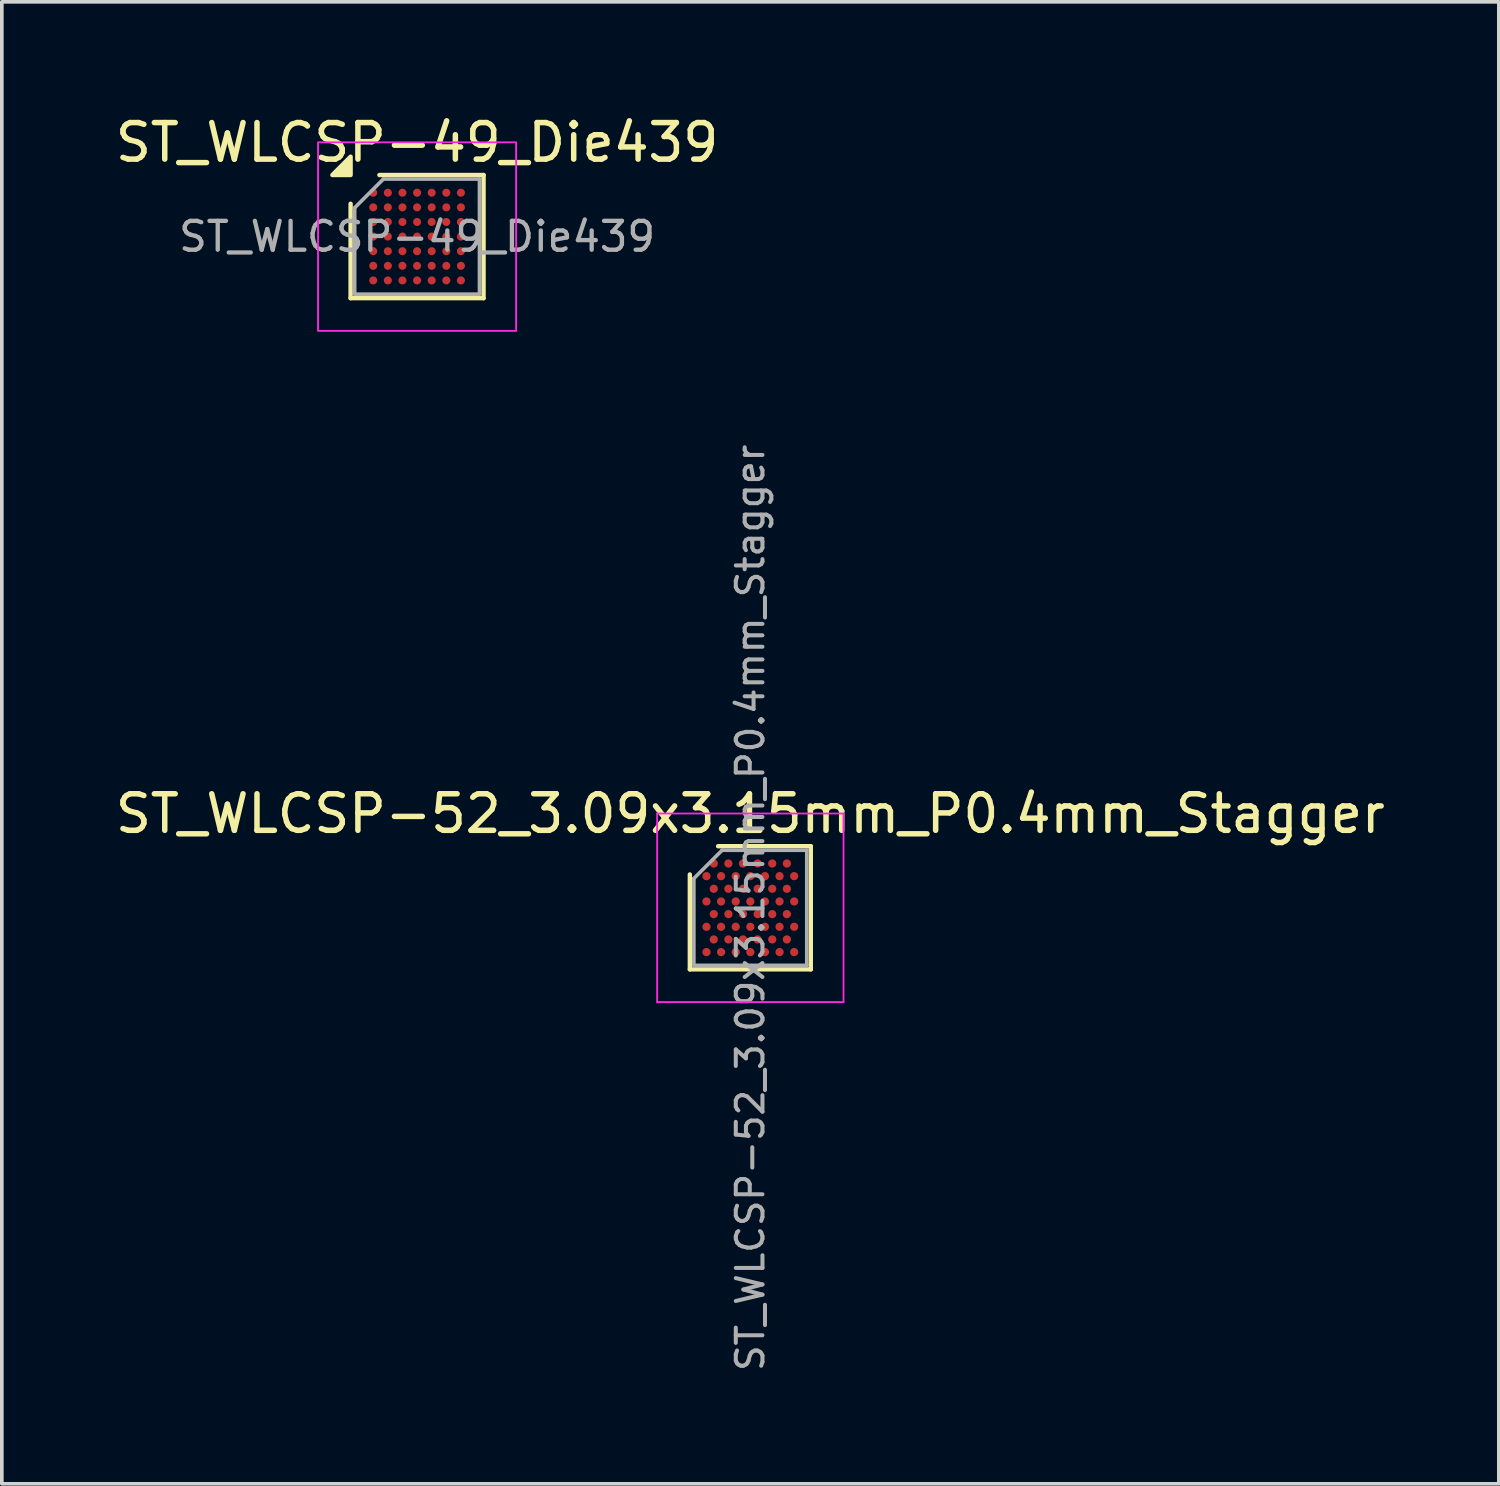
<source format=kicad_pcb>
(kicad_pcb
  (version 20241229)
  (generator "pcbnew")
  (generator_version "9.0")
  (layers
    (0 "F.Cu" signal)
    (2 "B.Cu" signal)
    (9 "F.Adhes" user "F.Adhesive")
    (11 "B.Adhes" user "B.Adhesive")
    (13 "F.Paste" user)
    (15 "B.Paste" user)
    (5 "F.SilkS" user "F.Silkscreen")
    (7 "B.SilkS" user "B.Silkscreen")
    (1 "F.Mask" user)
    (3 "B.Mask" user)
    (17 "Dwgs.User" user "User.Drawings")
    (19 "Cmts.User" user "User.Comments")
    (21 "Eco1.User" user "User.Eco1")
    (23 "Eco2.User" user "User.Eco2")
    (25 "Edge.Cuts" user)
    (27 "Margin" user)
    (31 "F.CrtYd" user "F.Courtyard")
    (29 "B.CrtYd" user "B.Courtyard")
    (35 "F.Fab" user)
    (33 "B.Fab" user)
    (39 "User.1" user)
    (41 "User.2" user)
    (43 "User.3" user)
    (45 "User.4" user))
  (footprint "ST_WLCSP-49_Die439"
    (layer "F.Cu")
    (at 8.363 3.424)
    (property "Reference" "ST_WLCSP-49_Die439" (at 0 -2.575 0) (layer "F.SilkS") (effects (font (size 1 1) (thickness 0.15))))
    (attr smd)
    (fp_line (start -1.819 1.685) (end -1.819 -0.898) (stroke (width 0.12) (type solid)) (layer "F.SilkS"))
    (fp_line (start -1.031 -1.685) (end 1.819 -1.685) (stroke (width 0.12) (type solid)) (layer "F.SilkS"))
    (fp_line (start 1.819 -1.685) (end 1.819 1.685) (stroke (width 0.12) (type solid)) (layer "F.SilkS"))
    (fp_line (start 1.819 1.685) (end -1.819 1.685) (stroke (width 0.12) (type solid)) (layer "F.SilkS"))
    (fp_poly (pts (xy -1.819 -1.685) (xy -2.318 -1.685) (xy -1.819 -2.186)) (stroke (width 0.12) (type solid)) (fill yes) (layer "F.SilkS"))
    (fp_rect (start -2.71 -2.58) (end 2.71 2.58) (stroke (width 0.05) (type solid)) (fill no) (layer "F.CrtYd"))
    (fp_line (start -1.708 -0.788) (end -0.921 -1.575) (stroke (width 0.1) (type solid)) (layer "F.Fab"))
    (fp_line (start -1.708 1.575) (end -1.708 -0.788) (stroke (width 0.1) (type solid)) (layer "F.Fab"))
    (fp_line (start -0.921 -1.575) (end 1.708 -1.575) (stroke (width 0.1) (type solid)) (layer "F.Fab"))
    (fp_line (start 1.708 -1.575) (end 1.708 1.575) (stroke (width 0.1) (type solid)) (layer "F.Fab"))
    (fp_line (start 1.708 1.575) (end -1.708 1.575) (stroke (width 0.1) (type solid)) (layer "F.Fab"))
    (fp_text user "${REFERENCE}" (at 0 0 0) (layer "F.Fab") (effects (font (size 0.79 0.79) (thickness 0.118))))
    (pad "A1" smd circle (at -1.2 -1.2) (size 0.22 0.22) (property pad_prop_bga) (layers "F.Cu" "F.Mask" "F.Paste"))
    (pad "A2" smd circle (at -0.8 -1.2) (size 0.22 0.22) (property pad_prop_bga) (layers "F.Cu" "F.Mask" "F.Paste"))
    (pad "A3" smd circle (at -0.4 -1.2) (size 0.22 0.22) (property pad_prop_bga) (layers "F.Cu" "F.Mask" "F.Paste"))
    (pad "A4" smd circle (at 0 -1.2) (size 0.22 0.22) (property pad_prop_bga) (layers "F.Cu" "F.Mask" "F.Paste"))
    (pad "A5" smd circle (at 0.4 -1.2) (size 0.22 0.22) (property pad_prop_bga) (layers "F.Cu" "F.Mask" "F.Paste"))
    (pad "A6" smd circle (at 0.8 -1.2) (size 0.22 0.22) (property pad_prop_bga) (layers "F.Cu" "F.Mask" "F.Paste"))
    (pad "A7" smd circle (at 1.2 -1.2) (size 0.22 0.22) (property pad_prop_bga) (layers "F.Cu" "F.Mask" "F.Paste"))
    (pad "B1" smd circle (at -1.2 -0.8) (size 0.22 0.22) (property pad_prop_bga) (layers "F.Cu" "F.Mask" "F.Paste"))
    (pad "B2" smd circle (at -0.8 -0.8) (size 0.22 0.22) (property pad_prop_bga) (layers "F.Cu" "F.Mask" "F.Paste"))
    (pad "B3" smd circle (at -0.4 -0.8) (size 0.22 0.22) (property pad_prop_bga) (layers "F.Cu" "F.Mask" "F.Paste"))
    (pad "B4" smd circle (at 0 -0.8) (size 0.22 0.22) (property pad_prop_bga) (layers "F.Cu" "F.Mask" "F.Paste"))
    (pad "B5" smd circle (at 0.4 -0.8) (size 0.22 0.22) (property pad_prop_bga) (layers "F.Cu" "F.Mask" "F.Paste"))
    (pad "B6" smd circle (at 0.8 -0.8) (size 0.22 0.22) (property pad_prop_bga) (layers "F.Cu" "F.Mask" "F.Paste"))
    (pad "B7" smd circle (at 1.2 -0.8) (size 0.22 0.22) (property pad_prop_bga) (layers "F.Cu" "F.Mask" "F.Paste"))
    (pad "C1" smd circle (at -1.2 -0.4) (size 0.22 0.22) (property pad_prop_bga) (layers "F.Cu" "F.Mask" "F.Paste"))
    (pad "C2" smd circle (at -0.8 -0.4) (size 0.22 0.22) (property pad_prop_bga) (layers "F.Cu" "F.Mask" "F.Paste"))
    (pad "C3" smd circle (at -0.4 -0.4) (size 0.22 0.22) (property pad_prop_bga) (layers "F.Cu" "F.Mask" "F.Paste"))
    (pad "C4" smd circle (at 0 -0.4) (size 0.22 0.22) (property pad_prop_bga) (layers "F.Cu" "F.Mask" "F.Paste"))
    (pad "C5" smd circle (at 0.4 -0.4) (size 0.22 0.22) (property pad_prop_bga) (layers "F.Cu" "F.Mask" "F.Paste"))
    (pad "C6" smd circle (at 0.8 -0.4) (size 0.22 0.22) (property pad_prop_bga) (layers "F.Cu" "F.Mask" "F.Paste"))
    (pad "C7" smd circle (at 1.2 -0.4) (size 0.22 0.22) (property pad_prop_bga) (layers "F.Cu" "F.Mask" "F.Paste"))
    (pad "D1" smd circle (at -1.2 0) (size 0.22 0.22) (property pad_prop_bga) (layers "F.Cu" "F.Mask" "F.Paste"))
    (pad "D2" smd circle (at -0.8 0) (size 0.22 0.22) (property pad_prop_bga) (layers "F.Cu" "F.Mask" "F.Paste"))
    (pad "D3" smd circle (at -0.4 0) (size 0.22 0.22) (property pad_prop_bga) (layers "F.Cu" "F.Mask" "F.Paste"))
    (pad "D4" smd circle (at 0 0) (size 0.22 0.22) (property pad_prop_bga) (layers "F.Cu" "F.Mask" "F.Paste"))
    (pad "D5" smd circle (at 0.4 0) (size 0.22 0.22) (property pad_prop_bga) (layers "F.Cu" "F.Mask" "F.Paste"))
    (pad "D6" smd circle (at 0.8 0) (size 0.22 0.22) (property pad_prop_bga) (layers "F.Cu" "F.Mask" "F.Paste"))
    (pad "D7" smd circle (at 1.2 0) (size 0.22 0.22) (property pad_prop_bga) (layers "F.Cu" "F.Mask" "F.Paste"))
    (pad "E1" smd circle (at -1.2 0.4) (size 0.22 0.22) (property pad_prop_bga) (layers "F.Cu" "F.Mask" "F.Paste"))
    (pad "E2" smd circle (at -0.8 0.4) (size 0.22 0.22) (property pad_prop_bga) (layers "F.Cu" "F.Mask" "F.Paste"))
    (pad "E3" smd circle (at -0.4 0.4) (size 0.22 0.22) (property pad_prop_bga) (layers "F.Cu" "F.Mask" "F.Paste"))
    (pad "E4" smd circle (at 0 0.4) (size 0.22 0.22) (property pad_prop_bga) (layers "F.Cu" "F.Mask" "F.Paste"))
    (pad "E5" smd circle (at 0.4 0.4) (size 0.22 0.22) (property pad_prop_bga) (layers "F.Cu" "F.Mask" "F.Paste"))
    (pad "E6" smd circle (at 0.8 0.4) (size 0.22 0.22) (property pad_prop_bga) (layers "F.Cu" "F.Mask" "F.Paste"))
    (pad "E7" smd circle (at 1.2 0.4) (size 0.22 0.22) (property pad_prop_bga) (layers "F.Cu" "F.Mask" "F.Paste"))
    (pad "F1" smd circle (at -1.2 0.8) (size 0.22 0.22) (property pad_prop_bga) (layers "F.Cu" "F.Mask" "F.Paste"))
    (pad "F2" smd circle (at -0.8 0.8) (size 0.22 0.22) (property pad_prop_bga) (layers "F.Cu" "F.Mask" "F.Paste"))
    (pad "F3" smd circle (at -0.4 0.8) (size 0.22 0.22) (property pad_prop_bga) (layers "F.Cu" "F.Mask" "F.Paste"))
    (pad "F4" smd circle (at 0 0.8) (size 0.22 0.22) (property pad_prop_bga) (layers "F.Cu" "F.Mask" "F.Paste"))
    (pad "F5" smd circle (at 0.4 0.8) (size 0.22 0.22) (property pad_prop_bga) (layers "F.Cu" "F.Mask" "F.Paste"))
    (pad "F6" smd circle (at 0.8 0.8) (size 0.22 0.22) (property pad_prop_bga) (layers "F.Cu" "F.Mask" "F.Paste"))
    (pad "F7" smd circle (at 1.2 0.8) (size 0.22 0.22) (property pad_prop_bga) (layers "F.Cu" "F.Mask" "F.Paste"))
    (pad "G1" smd circle (at -1.2 1.2) (size 0.22 0.22) (property pad_prop_bga) (layers "F.Cu" "F.Mask" "F.Paste"))
    (pad "G2" smd circle (at -0.8 1.2) (size 0.22 0.22) (property pad_prop_bga) (layers "F.Cu" "F.Mask" "F.Paste"))
    (pad "G3" smd circle (at -0.4 1.2) (size 0.22 0.22) (property pad_prop_bga) (layers "F.Cu" "F.Mask" "F.Paste"))
    (pad "G4" smd circle (at 0 1.2) (size 0.22 0.22) (property pad_prop_bga) (layers "F.Cu" "F.Mask" "F.Paste"))
    (pad "G5" smd circle (at 0.4 1.2) (size 0.22 0.22) (property pad_prop_bga) (layers "F.Cu" "F.Mask" "F.Paste"))
    (pad "G6" smd circle (at 0.8 1.2) (size 0.22 0.22) (property pad_prop_bga) (layers "F.Cu" "F.Mask" "F.Paste"))
    (pad "G7" smd circle (at 1.2 1.2) (size 0.22 0.22) (property pad_prop_bga) (layers "F.Cu" "F.Mask" "F.Paste")))
  (footprint "ST_WLCSP-52_3.09x3.15mm_P0.4mm_Stagger"
    (layer "F.Cu")
    (at 17.482 21.791)
    (property "Reference" "ST_WLCSP-52_3.09x3.15mm_P0.4mm_Stagger" (at 0 -2.575 0) (layer "F.SilkS") (effects (font (size 1 1) (thickness 0.15))))
    (attr smd)
    (fp_line (start -1.655 1.685) (end -1.655 -0.912) (stroke (width 0.12) (type solid)) (layer "F.SilkS"))
    (fp_line (start -0.882 -1.685) (end 1.655 -1.685) (stroke (width 0.12) (type solid)) (layer "F.SilkS"))
    (fp_line (start 1.655 -1.685) (end 1.655 1.685) (stroke (width 0.12) (type solid)) (layer "F.SilkS"))
    (fp_line (start 1.655 1.685) (end -1.655 1.685) (stroke (width 0.12) (type solid)) (layer "F.SilkS"))
    (fp_line (start -2.55 -2.58) (end -2.55 2.58) (stroke (width 0.05) (type solid)) (layer "F.CrtYd"))
    (fp_line (start -2.55 2.58) (end 2.55 2.58) (stroke (width 0.05) (type solid)) (layer "F.CrtYd"))
    (fp_line (start 2.55 -2.58) (end -2.55 -2.58) (stroke (width 0.05) (type solid)) (layer "F.CrtYd"))
    (fp_line (start 2.55 2.58) (end 2.55 -2.58) (stroke (width 0.05) (type solid)) (layer "F.CrtYd"))
    (fp_line (start -1.545 -0.802) (end -0.772 -1.575) (stroke (width 0.1) (type solid)) (layer "F.Fab"))
    (fp_line (start -1.545 1.575) (end -1.545 -0.802) (stroke (width 0.1) (type solid)) (layer "F.Fab"))
    (fp_line (start -0.772 -1.575) (end 1.545 -1.575) (stroke (width 0.1) (type solid)) (layer "F.Fab"))
    (fp_line (start 1.545 -1.575) (end 1.545 1.575) (stroke (width 0.1) (type solid)) (layer "F.Fab"))
    (fp_line (start 1.545 1.575) (end -1.545 1.575) (stroke (width 0.1) (type solid)) (layer "F.Fab"))
    (fp_text user "${REFERENCE}" (at 0 0 270) (layer "F.Fab") (effects (font (size 0.73 0.73) (thickness 0.11))))
    (pad "A2" smd circle (at -1 -1.212) (size 0.225 0.225) (layers "F.Cu" "F.Mask" "F.Paste"))
    (pad "A4" smd circle (at -0.6 -1.212) (size 0.225 0.225) (layers "F.Cu" "F.Mask" "F.Paste"))
    (pad "A6" smd circle (at -0.2 -1.212) (size 0.225 0.225) (layers "F.Cu" "F.Mask" "F.Paste"))
    (pad "A8" smd circle (at 0.2 -1.212) (size 0.225 0.225) (layers "F.Cu" "F.Mask" "F.Paste"))
    (pad "A10" smd circle (at 0.6 -1.212) (size 0.225 0.225) (layers "F.Cu" "F.Mask" "F.Paste"))
    (pad "A12" smd circle (at 1 -1.212) (size 0.225 0.225) (layers "F.Cu" "F.Mask" "F.Paste"))
    (pad "B1" smd circle (at -1.2 -0.866) (size 0.225 0.225) (layers "F.Cu" "F.Mask" "F.Paste"))
    (pad "B3" smd circle (at -0.8 -0.866) (size 0.225 0.225) (layers "F.Cu" "F.Mask" "F.Paste"))
    (pad "B5" smd circle (at -0.4 -0.866) (size 0.225 0.225) (layers "F.Cu" "F.Mask" "F.Paste"))
    (pad "B7" smd circle (at 0 -0.866) (size 0.225 0.225) (layers "F.Cu" "F.Mask" "F.Paste"))
    (pad "B9" smd circle (at 0.4 -0.866) (size 0.225 0.225) (layers "F.Cu" "F.Mask" "F.Paste"))
    (pad "B11" smd circle (at 0.8 -0.866) (size 0.225 0.225) (layers "F.Cu" "F.Mask" "F.Paste"))
    (pad "B13" smd circle (at 1.2 -0.866) (size 0.225 0.225) (layers "F.Cu" "F.Mask" "F.Paste"))
    (pad "C2" smd circle (at -1 -0.52) (size 0.225 0.225) (layers "F.Cu" "F.Mask" "F.Paste"))
    (pad "C4" smd circle (at -0.6 -0.52) (size 0.225 0.225) (layers "F.Cu" "F.Mask" "F.Paste"))
    (pad "C6" smd circle (at -0.2 -0.52) (size 0.225 0.225) (layers "F.Cu" "F.Mask" "F.Paste"))
    (pad "C8" smd circle (at 0.2 -0.52) (size 0.225 0.225) (layers "F.Cu" "F.Mask" "F.Paste"))
    (pad "C10" smd circle (at 0.6 -0.52) (size 0.225 0.225) (layers "F.Cu" "F.Mask" "F.Paste"))
    (pad "C12" smd circle (at 1 -0.52) (size 0.225 0.225) (layers "F.Cu" "F.Mask" "F.Paste"))
    (pad "D1" smd circle (at -1.2 -0.173) (size 0.225 0.225) (layers "F.Cu" "F.Mask" "F.Paste"))
    (pad "D3" smd circle (at -0.8 -0.173) (size 0.225 0.225) (layers "F.Cu" "F.Mask" "F.Paste"))
    (pad "D5" smd circle (at -0.4 -0.173) (size 0.225 0.225) (layers "F.Cu" "F.Mask" "F.Paste"))
    (pad "D7" smd circle (at 0 -0.173) (size 0.225 0.225) (layers "F.Cu" "F.Mask" "F.Paste"))
    (pad "D9" smd circle (at 0.4 -0.173) (size 0.225 0.225) (layers "F.Cu" "F.Mask" "F.Paste"))
    (pad "D11" smd circle (at 0.8 -0.173) (size 0.225 0.225) (layers "F.Cu" "F.Mask" "F.Paste"))
    (pad "D13" smd circle (at 1.2 -0.173) (size 0.225 0.225) (layers "F.Cu" "F.Mask" "F.Paste"))
    (pad "E2" smd circle (at -1 0.173) (size 0.225 0.225) (layers "F.Cu" "F.Mask" "F.Paste"))
    (pad "E4" smd circle (at -0.6 0.173) (size 0.225 0.225) (layers "F.Cu" "F.Mask" "F.Paste"))
    (pad "E6" smd circle (at -0.2 0.173) (size 0.225 0.225) (layers "F.Cu" "F.Mask" "F.Paste"))
    (pad "E8" smd circle (at 0.2 0.173) (size 0.225 0.225) (layers "F.Cu" "F.Mask" "F.Paste"))
    (pad "E10" smd circle (at 0.6 0.173) (size 0.225 0.225) (layers "F.Cu" "F.Mask" "F.Paste"))
    (pad "E12" smd circle (at 1 0.173) (size 0.225 0.225) (layers "F.Cu" "F.Mask" "F.Paste"))
    (pad "F1" smd circle (at -1.2 0.52) (size 0.225 0.225) (layers "F.Cu" "F.Mask" "F.Paste"))
    (pad "F3" smd circle (at -0.8 0.52) (size 0.225 0.225) (layers "F.Cu" "F.Mask" "F.Paste"))
    (pad "F5" smd circle (at -0.4 0.52) (size 0.225 0.225) (layers "F.Cu" "F.Mask" "F.Paste"))
    (pad "F7" smd circle (at 0 0.52) (size 0.225 0.225) (layers "F.Cu" "F.Mask" "F.Paste"))
    (pad "F9" smd circle (at 0.4 0.52) (size 0.225 0.225) (layers "F.Cu" "F.Mask" "F.Paste"))
    (pad "F11" smd circle (at 0.8 0.52) (size 0.225 0.225) (layers "F.Cu" "F.Mask" "F.Paste"))
    (pad "F13" smd circle (at 1.2 0.52) (size 0.225 0.225) (layers "F.Cu" "F.Mask" "F.Paste"))
    (pad "G2" smd circle (at -1 0.866) (size 0.225 0.225) (layers "F.Cu" "F.Mask" "F.Paste"))
    (pad "G4" smd circle (at -0.6 0.866) (size 0.225 0.225) (layers "F.Cu" "F.Mask" "F.Paste"))
    (pad "G6" smd circle (at -0.2 0.866) (size 0.225 0.225) (layers "F.Cu" "F.Mask" "F.Paste"))
    (pad "G8" smd circle (at 0.2 0.866) (size 0.225 0.225) (layers "F.Cu" "F.Mask" "F.Paste"))
    (pad "G10" smd circle (at 0.6 0.866) (size 0.225 0.225) (layers "F.Cu" "F.Mask" "F.Paste"))
    (pad "G12" smd circle (at 1 0.866) (size 0.225 0.225) (layers "F.Cu" "F.Mask" "F.Paste"))
    (pad "H1" smd circle (at -1.2 1.212) (size 0.225 0.225) (layers "F.Cu" "F.Mask" "F.Paste"))
    (pad "H3" smd circle (at -0.8 1.212) (size 0.225 0.225) (layers "F.Cu" "F.Mask" "F.Paste"))
    (pad "H5" smd circle (at -0.4 1.212) (size 0.225 0.225) (layers "F.Cu" "F.Mask" "F.Paste"))
    (pad "H7" smd circle (at 0 1.212) (size 0.225 0.225) (layers "F.Cu" "F.Mask" "F.Paste"))
    (pad "H9" smd circle (at 0.4 1.212) (size 0.225 0.225) (layers "F.Cu" "F.Mask" "F.Paste"))
    (pad "H11" smd circle (at 0.8 1.212) (size 0.225 0.225) (layers "F.Cu" "F.Mask" "F.Paste"))
    (pad "H13" smd circle (at 1.2 1.212) (size 0.225 0.225) (layers "F.Cu" "F.Mask" "F.Paste")))
  (gr_rect
    (start -3 -3)
    (end 37.964 37.553)
    (stroke (width 0.1) (type default))
    (fill no)
    (layer "Edge.Cuts")))
</source>
